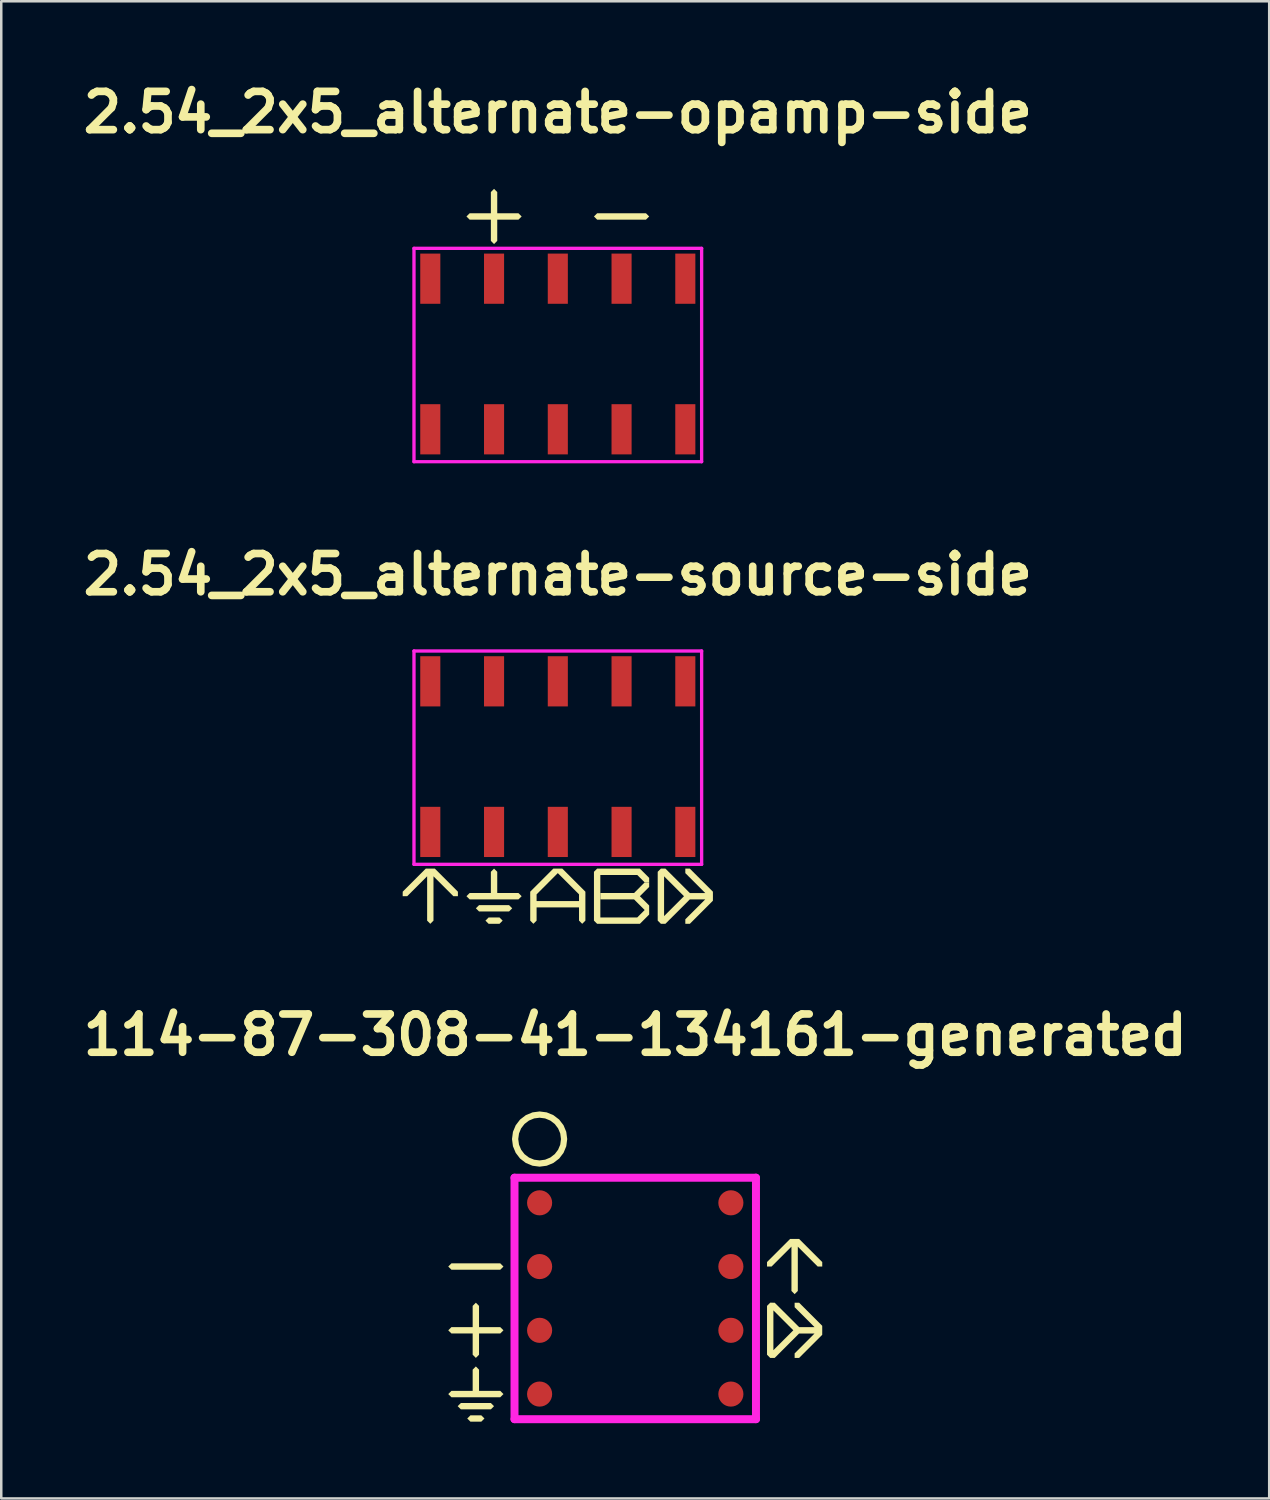
<source format=kicad_pcb>
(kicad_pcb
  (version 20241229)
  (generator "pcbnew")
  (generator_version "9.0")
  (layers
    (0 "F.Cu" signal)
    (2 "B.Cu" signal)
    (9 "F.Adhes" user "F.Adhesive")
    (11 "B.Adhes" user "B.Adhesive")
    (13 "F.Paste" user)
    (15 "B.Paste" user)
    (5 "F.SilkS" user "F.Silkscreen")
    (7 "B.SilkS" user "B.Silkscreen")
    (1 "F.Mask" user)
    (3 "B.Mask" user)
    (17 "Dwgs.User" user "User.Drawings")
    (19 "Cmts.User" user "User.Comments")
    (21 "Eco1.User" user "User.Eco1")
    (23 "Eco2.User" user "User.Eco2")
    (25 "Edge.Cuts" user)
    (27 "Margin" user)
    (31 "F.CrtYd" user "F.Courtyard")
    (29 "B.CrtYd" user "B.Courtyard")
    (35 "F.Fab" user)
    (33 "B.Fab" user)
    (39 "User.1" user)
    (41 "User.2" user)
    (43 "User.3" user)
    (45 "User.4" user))
  (footprint "114-87-308-41-134161-generated"
    (layer "F.Cu")
    (at 22.258 47.41)
    (property "Reference" "114-87-308-41-134161-generated" (at 0 -9.228 0) (layer "F.SilkS") (effects (font (size 1.524 1.524) (thickness 0.305))))
    (attr smd)
    (fp_poly (pts (xy -7.323 -0.128) (xy -7.45 -0.000416) (xy -7.323 0.126) (xy -5.377 0.126) (xy -5.25 -0.000416) (xy -5.377 -0.128) (xy -7.323 -0.128)) (stroke (width 0) (type solid)) (fill yes) (layer "F.SilkS"))
    (fp_poly (pts (xy -6.946 5.435) (xy -7.074 5.562) (xy -6.946 5.689) (xy -5.753 5.689) (xy -5.626 5.562) (xy -5.753 5.435) (xy -6.946 5.435)) (stroke (width 0) (type solid)) (fill yes) (layer "F.SilkS"))
    (fp_poly (pts (xy -6.566 5.926) (xy -6.693 6.053) (xy -6.566 6.18) (xy -6.134 6.18) (xy -6.007 6.053) (xy -6.134 5.926) (xy -6.566 5.926)) (stroke (width 0) (type solid)) (fill yes) (layer "F.SilkS"))
    (fp_poly (pts (xy -6.35 3.979) (xy -6.477 4.107) (xy -6.477 4.952) (xy -7.323 4.952) (xy -7.45 5.08) (xy -7.323 5.206) (xy -5.377 5.206) (xy -5.25 5.08) (xy -5.377 4.952) (xy -6.223 4.952) (xy -6.223 4.107) (xy -6.35 3.979)) (stroke (width 0) (type solid)) (fill yes) (layer "F.SilkS"))
    (fp_poly (pts (xy 6.35 -1.1) (xy 6.17 -1.1) (xy 5.25 -0.18) (xy 5.25 -0.000205) (xy 5.43 -0.000205) (xy 6.223 -0.794) (xy 6.223 0.972) (xy 6.35 1.099) (xy 6.477 0.972) (xy 6.477 -0.793) (xy 7.27 -0.000209) (xy 7.45 -0.000209) (xy 7.45 -0.18) (xy 6.529 -1.1) (xy 6.35 -1.1)) (stroke (width 0) (type solid)) (fill yes) (layer "F.SilkS"))
    (fp_poly (pts (xy -6.35 1.44) (xy -6.477 1.567) (xy -6.477 2.413) (xy -7.323 2.413) (xy -7.45 2.54) (xy -7.323 2.666) (xy -6.477 2.666) (xy -6.477 3.512) (xy -6.35 3.639) (xy -6.223 3.512) (xy -6.223 2.666) (xy -5.377 2.666) (xy -5.25 2.54) (xy -5.377 2.413) (xy -6.223 2.413) (xy -6.223 1.567) (xy -6.35 1.44)) (stroke (width 0) (type solid)) (fill yes) (layer "F.SilkS"))
    (fp_poly (pts (xy 6.297 2.539) (xy 5.504 3.332) (xy 5.504 1.746) (xy 6.297 2.539) (xy 6.528 2.667) (xy 7.143 2.667) (xy 6.35 3.46) (xy 6.35 3.639) (xy 6.529 3.639) (xy 7.449 2.719) (xy 7.45 2.54) (xy 7.449 2.36) (xy 6.529 1.44) (xy 6.35 1.44) (xy 6.35 1.619) (xy 7.143 2.413) (xy 6.53 2.413) (xy 6.477 2.36) (xy 5.556 1.44) (xy 5.376 1.439) (xy 5.25 1.566) (xy 5.25 3.512) (xy 5.376 3.639) (xy 5.376 3.639) (xy 5.556 3.639) (xy 6.528 2.667) (xy 6.297 2.539)) (stroke (width 0) (type solid)) (fill yes) (layer "F.SilkS"))
    (fp_poly (pts (xy -2.748 -4.793) (xy -2.857 -4.53) (xy -3.03 -4.304) (xy -3.26 -4.128) (xy -3.527 -4.017) (xy -3.81 -3.98) (xy -4.092 -4.017) (xy -4.36 -4.128) (xy -4.589 -4.304) (xy -4.762 -4.53) (xy -4.872 -4.793) (xy -4.91 -5.08) (xy -4.847 -5.08) (xy -4.785 -5.08) (xy -4.723 -5.08) (xy -4.661 -5.08) (xy -4.631 -4.858) (xy -4.547 -4.655) (xy -4.413 -4.48) (xy -4.235 -4.344) (xy -4.028 -4.258) (xy -3.81 -4.229) (xy -3.591 -4.258) (xy -3.384 -4.344) (xy -3.207 -4.48) (xy -3.073 -4.655) (xy -2.988 -4.858) (xy -2.959 -5.08) (xy -2.988 -5.302) (xy -3.073 -5.505) (xy -3.207 -5.68) (xy -3.384 -5.816) (xy -3.591 -5.902) (xy -3.81 -5.93) (xy -4.028 -5.902) (xy -4.235 -5.816) (xy -4.413 -5.68) (xy -4.547 -5.505) (xy -4.631 -5.302) (xy -4.661 -5.08) (xy -4.723 -5.08) (xy -4.785 -5.08) (xy -4.847 -5.08) (xy -4.91 -5.08) (xy -4.872 -5.367) (xy -4.762 -5.63) (xy -4.589 -5.856) (xy -4.36 -6.032) (xy -4.092 -6.143) (xy -3.81 -6.18) (xy -3.527 -6.143) (xy -3.26 -6.032) (xy -3.03 -5.856) (xy -2.857 -5.63) (xy -2.748 -5.367) (xy -2.71 -5.08) (xy -2.748 -4.793)) (stroke (width 0) (type solid)) (fill yes) (layer "F.SilkS"))
    (fp_line (start -4.81 -3.54) (end -4.81 6.08) (stroke (width 0.318) (type solid)) (layer "F.CrtYd"))
    (fp_line (start -4.81 6.08) (end 4.81 6.08) (stroke (width 0.318) (type solid)) (layer "F.CrtYd"))
    (fp_line (start 4.81 -3.54) (end -4.81 -3.54) (stroke (width 0.318) (type solid)) (layer "F.CrtYd"))
    (fp_line (start 4.81 6.08) (end 4.81 -3.54) (stroke (width 0.318) (type solid)) (layer "F.CrtYd"))
    (pad "1" smd circle (at -3.81 -2.54 270) (size 1 1) (layers "F.Cu" "F.Mask" "F.Paste"))
    (pad "2" smd circle (at -3.81 0 270) (size 1 1) (layers "F.Cu" "F.Mask" "F.Paste"))
    (pad "3" smd circle (at -3.81 2.54 270) (size 1 1) (layers "F.Cu" "F.Mask" "F.Paste"))
    (pad "4" smd circle (at -3.81 5.08 270) (size 1 1) (layers "F.Cu" "F.Mask" "F.Paste"))
    (pad "5" smd circle (at 3.81 5.08 270) (size 1 1) (layers "F.Cu" "F.Mask" "F.Paste"))
    (pad "6" smd circle (at 3.81 2.54 270) (size 1 1) (layers "F.Cu" "F.Mask" "F.Paste"))
    (pad "7" smd circle (at 3.81 0 270) (size 1 1) (layers "F.Cu" "F.Mask" "F.Paste"))
    (pad "8" smd circle (at 3.81 -2.54 270) (size 1 1) (layers "F.Cu" "F.Mask" "F.Paste")))
  (footprint "2.54_2x5_alternate-source-side"
    (layer "F.Cu")
    (at 19.173 28.32)
    (property "Reference" "2.54_2x5_alternate-source-side" (at 0 -8.483 0) (layer "F.SilkS") (effects (font (size 1.524 1.524) (thickness 0.305))))
    (attr smd)
    (fp_poly (pts (xy -3.137 4.69) (xy -3.264 4.817) (xy -3.137 4.944) (xy -1.943 4.944) (xy -1.816 4.817) (xy -1.943 4.69) (xy -3.137 4.69)) (stroke (width 0) (type solid)) (fill yes) (layer "F.SilkS"))
    (fp_poly (pts (xy -2.756 5.181) (xy -2.883 5.308) (xy -2.756 5.435) (xy -2.324 5.435) (xy -2.197 5.308) (xy -2.324 5.181) (xy -2.756 5.181)) (stroke (width 0) (type solid)) (fill yes) (layer "F.SilkS"))
    (fp_poly (pts (xy -2.54 3.235) (xy -2.667 3.362) (xy -2.667 4.208) (xy -3.513 4.208) (xy -3.64 4.335) (xy -3.513 4.461) (xy -1.567 4.461) (xy -1.44 4.335) (xy -1.567 4.208) (xy -2.413 4.208) (xy -2.413 3.362) (xy -2.54 3.235)) (stroke (width 0) (type solid)) (fill yes) (layer "F.SilkS"))
    (fp_poly (pts (xy 1.695 4.462) (xy 3.038 4.462) (xy 3.09 4.514) (xy 3.46 4.884) (xy 3.64 4.885) (xy 3.64 4.705) (xy 3.27 4.335) (xy 3.64 3.965) (xy 3.64 3.785) (xy 3.46 3.785) (xy 3.09 4.156) (xy 3.038 4.208) (xy 1.694 4.208) (xy 1.695 4.462)) (stroke (width 0) (type solid)) (fill yes) (layer "F.SilkS"))
    (fp_poly (pts (xy -5.08 3.235) (xy -5.26 3.235) (xy -6.179 4.155) (xy -6.18 4.335) (xy -6 4.335) (xy -5.206 3.541) (xy -5.206 5.308) (xy -5.08 5.435) (xy -4.953 5.308) (xy -4.953 3.542) (xy -4.16 4.335) (xy -3.98 4.335) (xy -3.98 4.155) (xy -4.9 3.235) (xy -5.08 3.235)) (stroke (width 0) (type solid)) (fill yes) (layer "F.SilkS"))
    (fp_poly (pts (xy 1.694 3.489) (xy 3.165 3.489) (xy 3.46 3.784) (xy 3.64 3.785) (xy 3.64 3.605) (xy 3.27 3.235) (xy 3.09 3.234) (xy 3.09 3.235) (xy 1.567 3.235) (xy 1.44 3.362) (xy 1.44 3.362) (xy 1.44 5.308) (xy 1.44 5.308) (xy 1.567 5.435) (xy 3.09 5.435) (xy 3.09 5.435) (xy 3.27 5.435) (xy 3.64 5.065) (xy 3.64 4.885) (xy 3.46 4.885) (xy 3.165 5.181) (xy 1.695 5.181) (xy 1.694 3.489)) (stroke (width 0) (type solid)) (fill yes) (layer "F.SilkS"))
    (fp_poly (pts (xy 5.027 4.335) (xy 4.234 5.128) (xy 4.234 3.542) (xy 5.027 4.335) (xy 5.259 4.462) (xy 5.873 4.462) (xy 5.08 5.255) (xy 5.08 5.435) (xy 5.26 5.435) (xy 6.179 4.515) (xy 6.18 4.335) (xy 6.179 4.155) (xy 5.26 3.236) (xy 5.08 3.235) (xy 5.08 3.415) (xy 5.874 4.209) (xy 5.26 4.209) (xy 5.207 4.155) (xy 4.287 3.235) (xy 4.107 3.235) (xy 3.98 3.362) (xy 3.98 5.307) (xy 4.107 5.434) (xy 4.107 5.435) (xy 4.287 5.434) (xy 5.259 4.462) (xy 5.027 4.335)) (stroke (width 0) (type solid)) (fill yes) (layer "F.SilkS"))
    (fp_poly (pts (xy -0.845 4.528) (xy -0.845 4.261) (xy 0.000005 3.415) (xy 0.845 4.261) (xy 0.845 4.528) (xy -0.845 4.528) (xy -0.845 4.782) (xy 0.845 4.782) (xy 0.845 5.307) (xy 0.972 5.435) (xy 1.099 5.308) (xy 1.099 4.335) (xy 1.1 4.335) (xy 1.099 4.155) (xy 0.973 4.028) (xy 0.972 4.028) (xy 0.179 3.235) (xy 0.001 3.235) (xy -0.000492 3.235) (xy -0.179 3.235) (xy -1.099 4.155) (xy -1.1 4.335) (xy -1.099 4.335) (xy -1.099 5.308) (xy -0.973 5.435) (xy -0.845 5.308) (xy -0.845 4.782) (xy -0.845 4.528)) (stroke (width 0) (type solid)) (fill yes) (layer "F.SilkS"))
    (fp_line (start -5.73 -5.435) (end 5.73 -5.435) (stroke (width 0.132) (type solid)) (layer "F.CrtYd"))
    (fp_line (start -5.73 3.065) (end -5.73 -5.435) (stroke (width 0.132) (type solid)) (layer "F.CrtYd"))
    (fp_line (start 5.73 -5.435) (end 5.73 3.065) (stroke (width 0.132) (type solid)) (layer "F.CrtYd"))
    (fp_line (start 5.73 3.065) (end -5.73 3.065) (stroke (width 0.132) (type solid)) (layer "F.CrtYd"))
    (pad "1" smd rect (at -5.08 1.774) (size 0.8 2) (layers "F.Cu" "F.Mask" "F.Paste"))
    (pad "2" smd rect (at -5.08 -4.226) (size 0.8 2) (layers "F.Cu" "F.Mask" "F.Paste"))
    (pad "3" smd rect (at -2.54 1.774) (size 0.8 2) (layers "F.Cu" "F.Mask" "F.Paste"))
    (pad "4" smd rect (at -2.54 -4.226) (size 0.8 2) (layers "F.Cu" "F.Mask" "F.Paste"))
    (pad "5" smd rect (at 0 1.774) (size 0.8 2) (layers "F.Cu" "F.Mask" "F.Paste"))
    (pad "6" smd rect (at 0 -4.226) (size 0.8 2) (layers "F.Cu" "F.Mask" "F.Paste"))
    (pad "7" smd rect (at 2.54 1.774) (size 0.8 2) (layers "F.Cu" "F.Mask" "F.Paste"))
    (pad "8" smd rect (at 2.54 -4.226) (size 0.8 2) (layers "F.Cu" "F.Mask" "F.Paste"))
    (pad "9" smd rect (at 5.08 1.774) (size 0.8 2) (layers "F.Cu" "F.Mask" "F.Paste"))
    (pad "10" smd rect (at 5.08 -4.226) (size 0.8 2) (layers "F.Cu" "F.Mask" "F.Paste")))
  (footprint "2.54_2x5_alternate-opamp-side"
    (layer "F.Cu")
    (at 19.173 9.909)
    (property "Reference" "2.54_2x5_alternate-opamp-side" (at 0 -8.483 0) (layer "F.SilkS") (effects (font (size 1.524 1.524) (thickness 0.305))))
    (attr smd)
    (fp_poly (pts (xy 1.567 -4.462) (xy 1.44 -4.335) (xy 1.567 -4.208) (xy 3.513 -4.208) (xy 3.64 -4.335) (xy 3.513 -4.462) (xy 1.567 -4.462)) (stroke (width 0) (type solid)) (fill yes) (layer "F.SilkS"))
    (fp_poly (pts (xy -2.54 -5.435) (xy -2.667 -5.308) (xy -2.667 -4.462) (xy -3.513 -4.462) (xy -3.64 -4.335) (xy -3.513 -4.208) (xy -2.667 -4.208) (xy -2.667 -3.362) (xy -2.54 -3.235) (xy -2.413 -3.362) (xy -2.413 -4.208) (xy -1.567 -4.208) (xy -1.44 -4.335) (xy -1.567 -4.462) (xy -2.413 -4.462) (xy -2.413 -5.308) (xy -2.54 -5.435)) (stroke (width 0) (type solid)) (fill yes) (layer "F.SilkS"))
    (fp_line (start -5.73 -3.065) (end 5.73 -3.065) (stroke (width 0.132) (type solid)) (layer "F.CrtYd"))
    (fp_line (start -5.73 5.435) (end -5.73 -3.065) (stroke (width 0.132) (type solid)) (layer "F.CrtYd"))
    (fp_line (start 5.73 -3.065) (end 5.73 5.435) (stroke (width 0.132) (type solid)) (layer "F.CrtYd"))
    (fp_line (start 5.73 5.435) (end -5.73 5.435) (stroke (width 0.132) (type solid)) (layer "F.CrtYd"))
    (pad "1" smd rect (at -5.08 4.144) (size 0.8 2) (layers "F.Cu" "F.Mask" "F.Paste"))
    (pad "2" smd rect (at -5.08 -1.856) (size 0.8 2) (layers "F.Cu" "F.Mask" "F.Paste"))
    (pad "3" smd rect (at -2.54 4.144) (size 0.8 2) (layers "F.Cu" "F.Mask" "F.Paste"))
    (pad "4" smd rect (at -2.54 -1.856) (size 0.8 2) (layers "F.Cu" "F.Mask" "F.Paste"))
    (pad "5" smd rect (at 0 4.144) (size 0.8 2) (layers "F.Cu" "F.Mask" "F.Paste"))
    (pad "6" smd rect (at 0 -1.856) (size 0.8 2) (layers "F.Cu" "F.Mask" "F.Paste"))
    (pad "7" smd rect (at 2.54 4.144) (size 0.8 2) (layers "F.Cu" "F.Mask" "F.Paste"))
    (pad "8" smd rect (at 2.54 -1.856) (size 0.8 2) (layers "F.Cu" "F.Mask" "F.Paste"))
    (pad "9" smd rect (at 5.08 4.144) (size 0.8 2) (layers "F.Cu" "F.Mask" "F.Paste"))
    (pad "10" smd rect (at 5.08 -1.856) (size 0.8 2) (layers "F.Cu" "F.Mask" "F.Paste")))
  (gr_rect
    (start -3 -3)
    (end 47.515 56.648)
    (stroke (width 0.1) (type default))
    (fill no)
    (layer "Edge.Cuts")))
</source>
